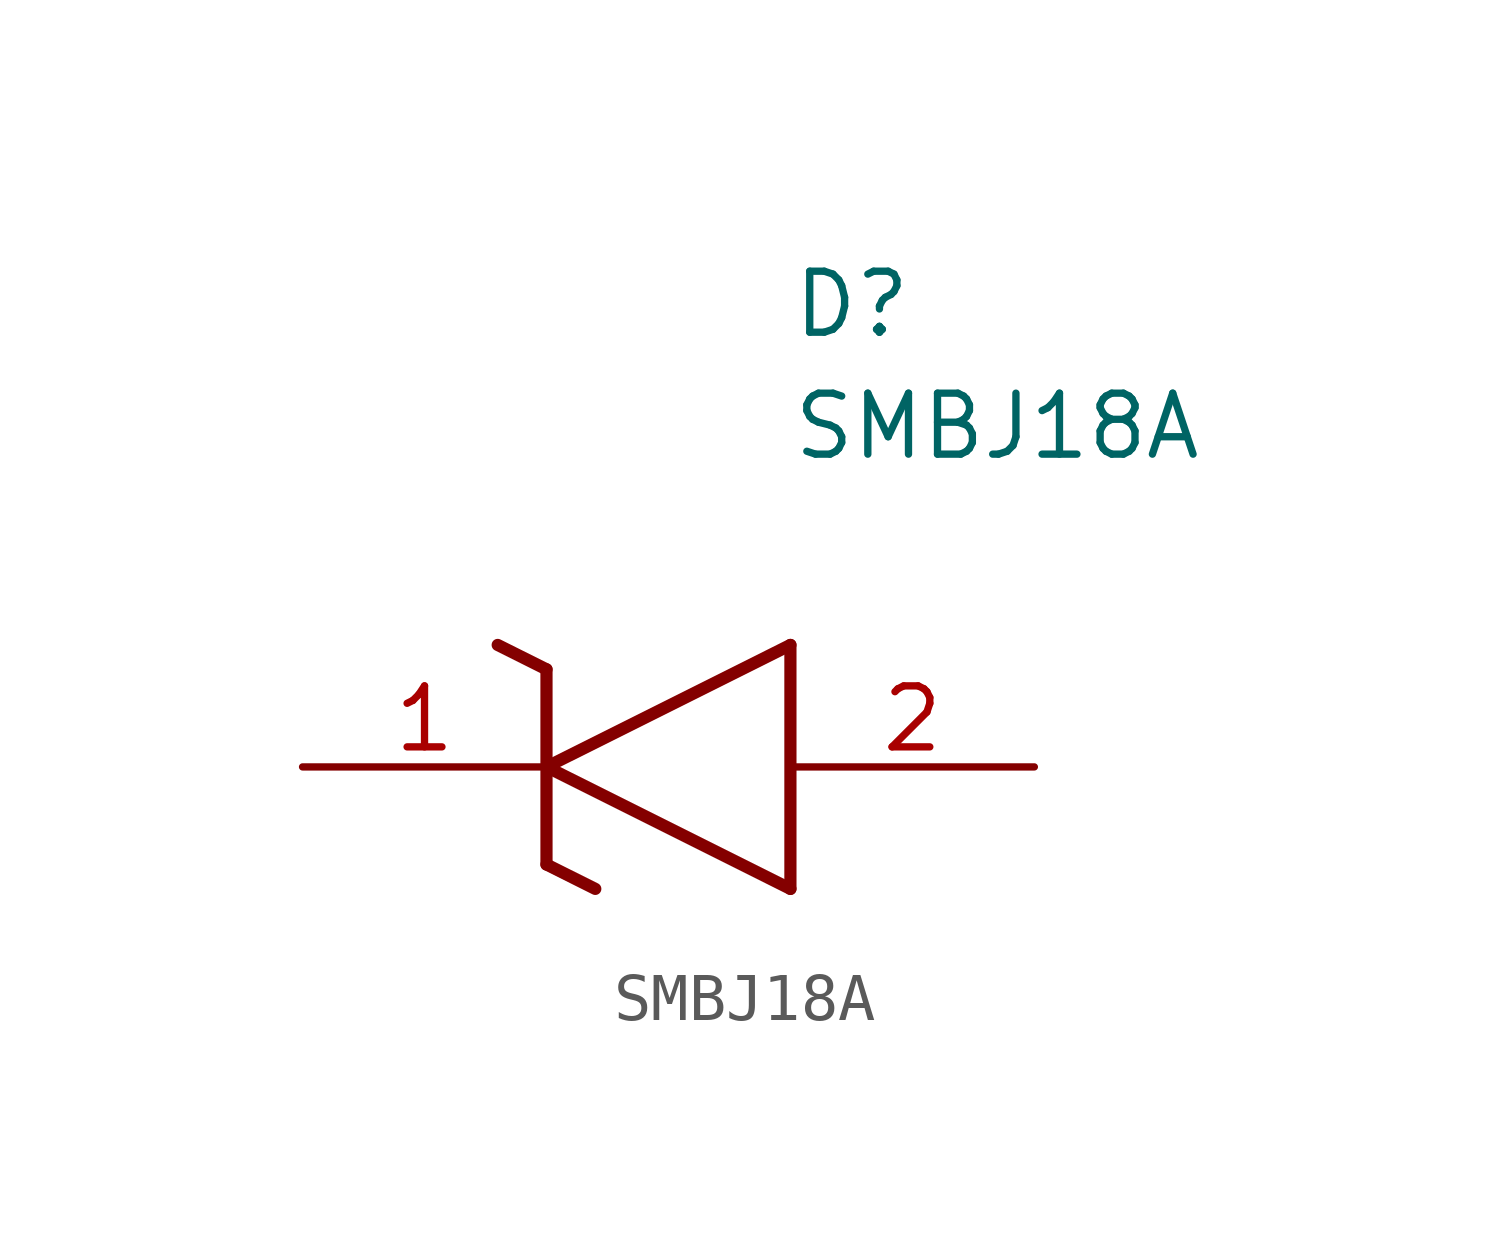
<source format=kicad_sym>
(kicad_symbol_lib
  (version 20211014)
  (generator SamacSys_ECAD_Model)
  (symbol "SMBJ18A"
    (pin_names hide)
    (property "Reference" "D"
      (at 10.16 8.89 0)
      (effects (font (size 1.27 1.27)) (justify left bottom)))
    (property "Value" "SMBJ18A"
      (at 10.16 6.35 0)
      (effects (font (size 1.27 1.27)) (justify left bottom)))
    (polyline
      (pts (xy 5.08 0) (xy 10.16 2.54))
      (stroke (width 0.254) (type default))
      (fill (type none)))
    (polyline
      (pts (xy 10.16 -2.54) (xy 10.16 2.54))
      (stroke (width 0.254) (type default))
      (fill (type none)))
    (polyline
      (pts (xy 10.16 -2.54) (xy 5.08 0))
      (stroke (width 0.254) (type default))
      (fill (type none)))
    (polyline
      (pts (xy 5.08 -2.032) (xy 6.096 -2.54))
      (stroke (width 0.254) (type default))
      (fill (type none)))
    (polyline
      (pts (xy 5.08 -2.032) (xy 5.08 2.032))
      (stroke (width 0.254) (type default))
      (fill (type none)))
    (polyline
      (pts (xy 4.064 2.54) (xy 5.08 2.032))
      (stroke (width 0.254) (type default))
      (fill (type none)))
    (pin passive line
      (at 0 0 0)
      (length 5.08)
      (name "K" (effects (font (size 1.27 1.27))))
      (number "1" (effects (font (size 1.27 1.27)))))
    (pin passive line
      (at 15.24 0 180)
      (length 5.08)
      (name "A" (effects (font (size 1.27 1.27))))
      (number "2" (effects (font (size 1.27 1.27)))))))
</source>
